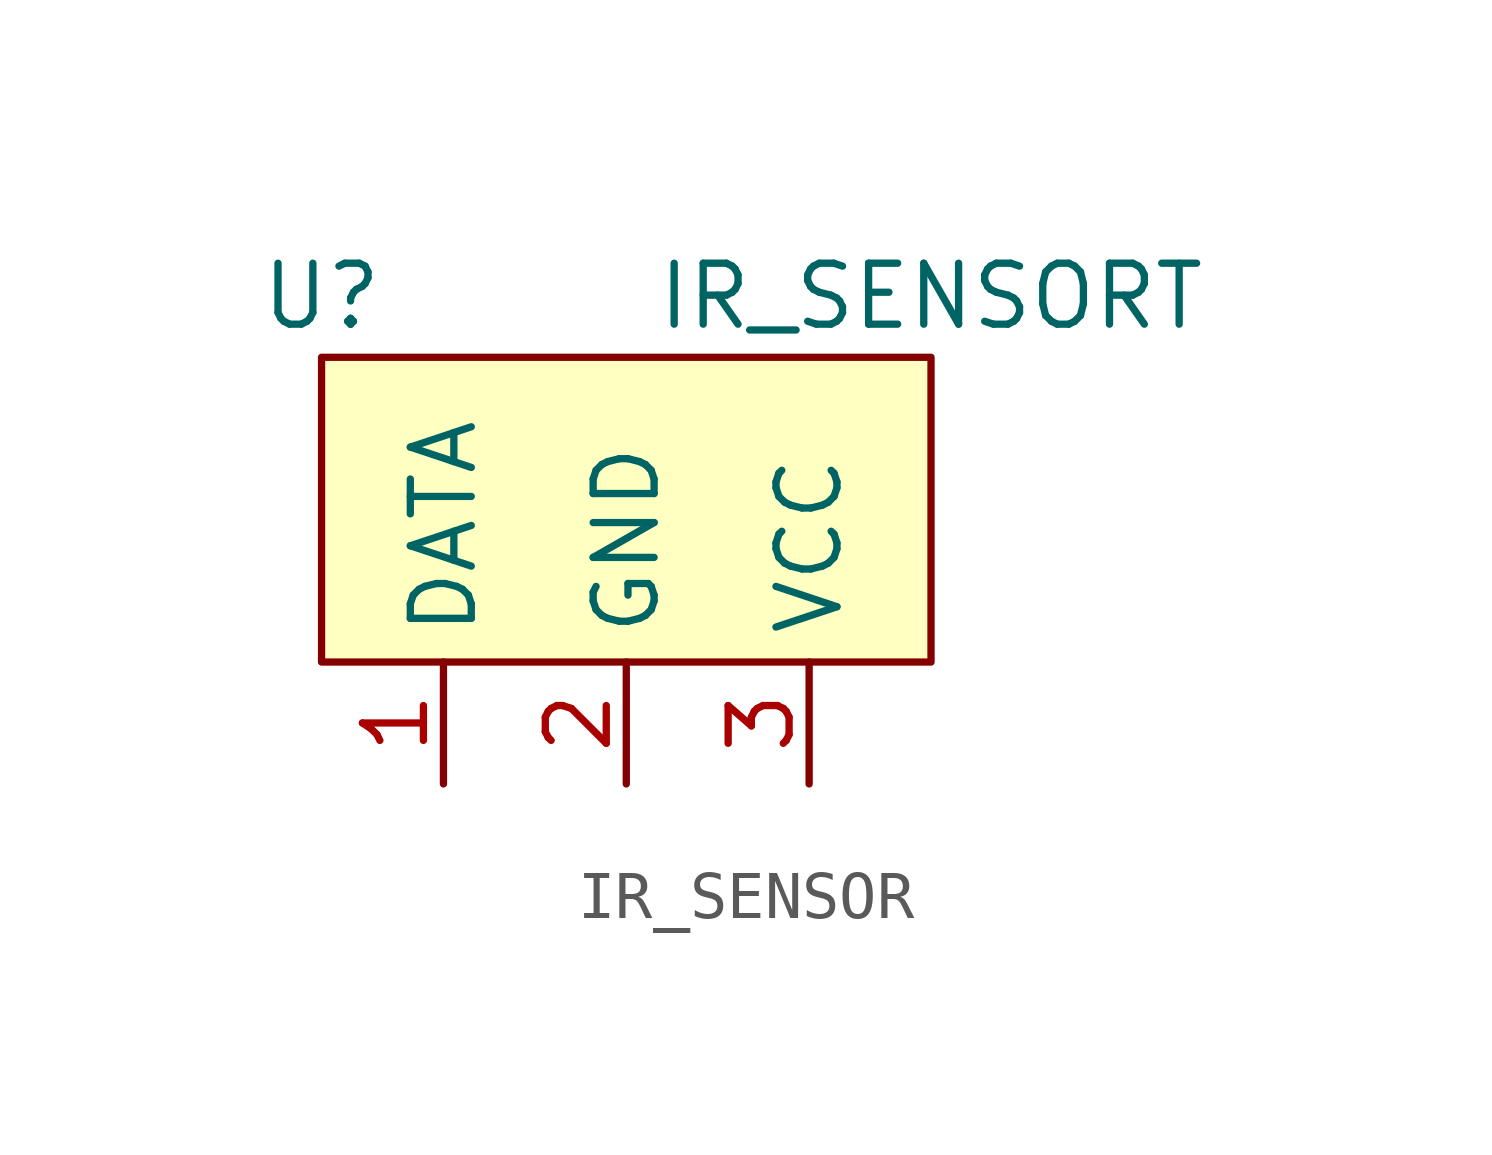
<source format=kicad_sym>
(kicad_symbol_lib
  (version 20220914)
  (generator kicad_symbol_editor)
  (symbol "IR_SENSOR"
    (property "Reference" "U"
      (at -3.81 0 0)
      (effects (font (size 1.27 1.27))))
    (property "Value" "IR_SENSORT"
      (at 8.89 0 0)
      (effects (font (size 1.27 1.27))))
    (symbol "IR_SENSOR_1_1"
      (rectangle (start -3.81 -1.27) (end 8.89 -7.62) (stroke (width 0) (type default)) (fill (type background)))
      (pin output line (at -1.27 -10.16 90) (length 2.54) (name "DATA" (effects (font (size 1.27 1.27)))) (number "1" (effects (font (size 1.27 1.27)))))
      (pin power_in line (at 2.54 -10.16 90) (length 2.54) (name "GND" (effects (font (size 1.27 1.27)))) (number "2" (effects (font (size 1.27 1.27)))))
      (pin power_in line (at 6.35 -10.16 90) (length 2.54) (name "VCC" (effects (font (size 1.27 1.27)))) (number "3" (effects (font (size 1.27 1.27))))))))
</source>
